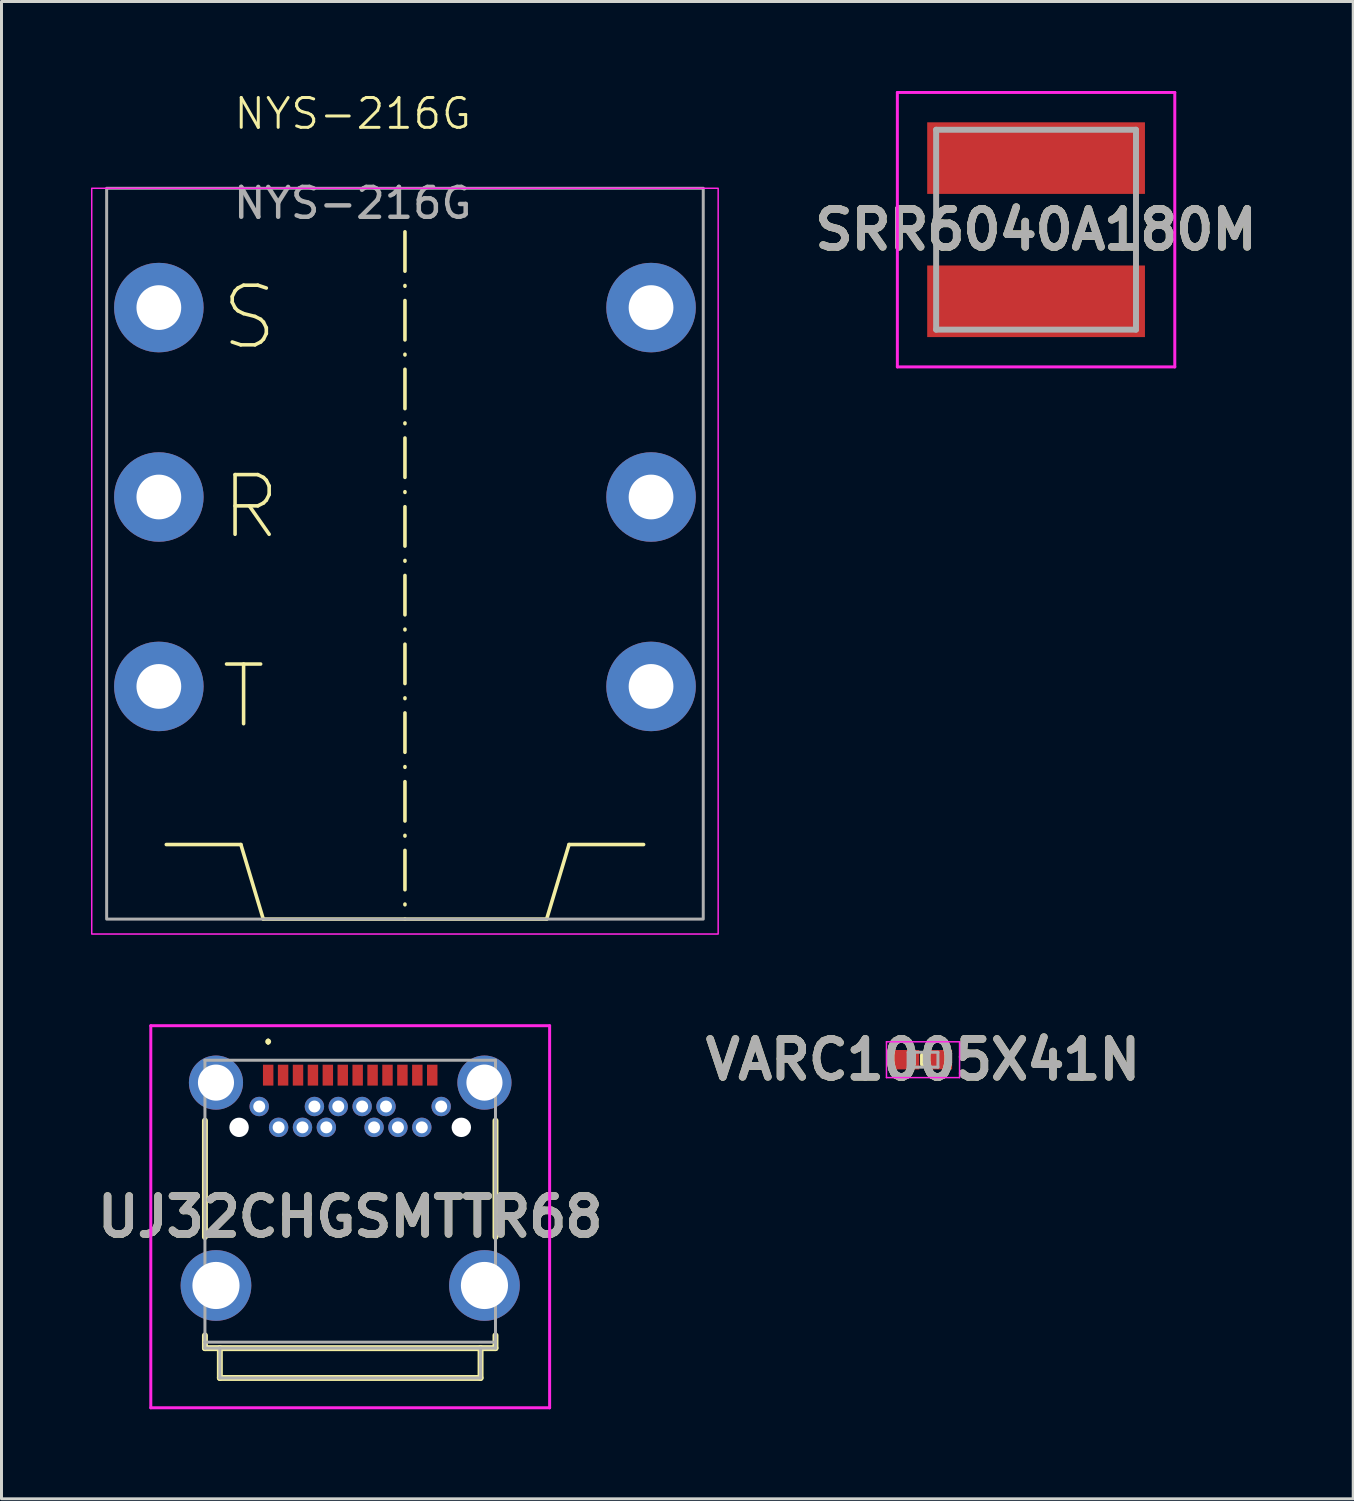
<source format=kicad_pcb>
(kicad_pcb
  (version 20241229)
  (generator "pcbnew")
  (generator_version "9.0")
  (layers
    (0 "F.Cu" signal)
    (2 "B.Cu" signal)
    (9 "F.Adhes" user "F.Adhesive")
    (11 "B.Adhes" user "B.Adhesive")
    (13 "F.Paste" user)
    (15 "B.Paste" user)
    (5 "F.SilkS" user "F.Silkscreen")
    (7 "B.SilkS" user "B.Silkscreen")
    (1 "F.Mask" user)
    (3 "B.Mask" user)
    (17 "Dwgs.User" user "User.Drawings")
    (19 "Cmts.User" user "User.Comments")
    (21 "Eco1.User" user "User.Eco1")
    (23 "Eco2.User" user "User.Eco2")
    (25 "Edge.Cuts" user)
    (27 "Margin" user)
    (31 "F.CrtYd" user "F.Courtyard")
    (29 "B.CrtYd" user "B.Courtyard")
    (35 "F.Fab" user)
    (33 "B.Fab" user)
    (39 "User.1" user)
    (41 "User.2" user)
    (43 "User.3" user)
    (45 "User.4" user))
  (footprint "SRR6040A180M"
    (layer "F.Cu")
    (at 31.682 4.65)
    (property "Reference" "SRR6040A180M" (at 0 0 0) (layer "F.SilkS") (effects (font (size 1.27 1.27) (thickness 0.254))))
    (attr smd)
    (fp_line (start -3.35 -0.8) (end -3.35 0.8) (stroke (width 0.1) (type solid)) (layer "F.SilkS"))
    (fp_line (start 3.35 -0.8) (end 3.35 1) (stroke (width 0.1) (type solid)) (layer "F.SilkS"))
    (fp_line (start -4.65 -4.6) (end 4.65 -4.6) (stroke (width 0.1) (type solid)) (layer "F.CrtYd"))
    (fp_line (start -4.65 4.6) (end -4.65 -4.6) (stroke (width 0.1) (type solid)) (layer "F.CrtYd"))
    (fp_line (start 4.65 -4.6) (end 4.65 4.6) (stroke (width 0.1) (type solid)) (layer "F.CrtYd"))
    (fp_line (start 4.65 4.6) (end -4.65 4.6) (stroke (width 0.1) (type solid)) (layer "F.CrtYd"))
    (fp_line (start -3.35 -3.35) (end 3.35 -3.35) (stroke (width 0.2) (type solid)) (layer "F.Fab"))
    (fp_line (start -3.35 3.35) (end -3.35 -3.35) (stroke (width 0.2) (type solid)) (layer "F.Fab"))
    (fp_line (start 3.35 -3.35) (end 3.35 3.35) (stroke (width 0.2) (type solid)) (layer "F.Fab"))
    (fp_line (start 3.35 3.35) (end -3.35 3.35) (stroke (width 0.2) (type solid)) (layer "F.Fab"))
    (fp_text user "${REFERENCE}" (at 0 0 0) (layer "F.Fab") (effects (font (size 1.27 1.27) (thickness 0.254))))
    (pad "1" smd rect (at 0 -2.4 90) (size 2.4 7.3) (layers "F.Cu" "F.Mask" "F.Paste"))
    (pad "2" smd rect (at 0 2.4 90) (size 2.4 7.3) (layers "F.Cu" "F.Mask" "F.Paste")))
  (footprint "NYS-216G"
    (layer "F.Cu")
    (at 2.275 7.261)
    (property "Reference" "NYS-216G" (at 6.5 -6.5 0) (unlocked yes) (layer "F.SilkS") (effects (font (size 1 1) (thickness 0.1))))
    (attr smd)
    (fp_line (start 0.25 18) (end 2.75 18) (stroke (width 0.12) (type solid)) (layer "F.SilkS"))
    (fp_line (start 2.75 18) (end 3.5 20.5) (stroke (width 0.12) (type solid)) (layer "F.SilkS"))
    (fp_line (start 3.5 20.5) (end 13 20.5) (stroke (width 0.12) (type solid)) (layer "F.SilkS"))
    (fp_line (start 8.25 -2.54) (end 8.25 20.5) (stroke (width 0.12) (type dash_dot)) (layer "F.SilkS"))
    (fp_line (start 13 20.5) (end 13.75 18) (stroke (width 0.12) (type solid)) (layer "F.SilkS"))
    (fp_line (start 13.75 18) (end 16.25 18) (stroke (width 0.12) (type solid)) (layer "F.SilkS"))
    (fp_rect (start -2.25 -4) (end 18.75 21) (stroke (width 0.05) (type solid)) (fill no) (layer "F.CrtYd"))
    (fp_rect (start -1.75 -4) (end 18.25 20.5) (stroke (width 0.1) (type solid)) (fill no) (layer "F.Fab"))
    (fp_text user "T" (at 2 14.2 0) (unlocked yes) (layer "F.SilkS") (effects (font (size 2 2) (thickness 0.12)) (justify left bottom)))
    (fp_text user "R" (at 2 7.85 0) (unlocked yes) (layer "F.SilkS") (effects (font (size 2 2) (thickness 0.12)) (justify left bottom)))
    (fp_text user "S" (at 2 1.5 0) (unlocked yes) (layer "F.SilkS") (effects (font (size 2 2) (thickness 0.12)) (justify left bottom)))
    (fp_text user "${REFERENCE}" (at 6.5 -3.5 0) (unlocked yes) (layer "F.Fab") (effects (font (size 1 1) (thickness 0.15))))
    (pad "R" thru_hole circle (at 0 6.35) (size 3 3) (drill 1.5) (layers "*.Cu" "*.Mask"))
    (pad "RN" thru_hole circle (at 16.5 6.35) (size 3 3) (drill 1.5) (layers "*.Cu" "*.Mask"))
    (pad "S" thru_hole circle (at 0 0) (size 3 3) (drill 1.5) (layers "*.Cu" "*.Mask"))
    (pad "SN" thru_hole circle (at 16.5 0) (size 3 3) (drill 1.5) (layers "*.Cu" "*.Mask"))
    (pad "T" thru_hole circle (at 0 12.7) (size 3 3) (drill 1.5) (layers "*.Cu" "*.Mask"))
    (pad "TN" thru_hole circle (at 16.5 12.7) (size 3 3) (drill 1.5) (layers "*.Cu" "*.Mask")))
  (footprint "VARC1005X41N"
    (layer "F.Cu")
    (at 27.892 32.474)
    (property "Reference" "VARC1005X41N" (at 0 0 0) (layer "F.SilkS") (effects (font (size 1.27 1.27) (thickness 0.254))))
    (attr smd)
    (fp_line (start 0 -0.15) (end 0 0.15) (stroke (width 0.2) (type solid)) (layer "F.SilkS"))
    (fp_line (start -1.225 -0.6) (end 1.225 -0.6) (stroke (width 0.05) (type solid)) (layer "F.CrtYd"))
    (fp_line (start -1.225 0.6) (end -1.225 -0.6) (stroke (width 0.05) (type solid)) (layer "F.CrtYd"))
    (fp_line (start 1.225 -0.6) (end 1.225 0.6) (stroke (width 0.05) (type solid)) (layer "F.CrtYd"))
    (fp_line (start 1.225 0.6) (end -1.225 0.6) (stroke (width 0.05) (type solid)) (layer "F.CrtYd"))
    (fp_line (start -0.5 -0.25) (end 0.5 -0.25) (stroke (width 0.1) (type solid)) (layer "F.Fab"))
    (fp_line (start -0.5 0.25) (end -0.5 -0.25) (stroke (width 0.1) (type solid)) (layer "F.Fab"))
    (fp_line (start 0.5 -0.25) (end 0.5 0.25) (stroke (width 0.1) (type solid)) (layer "F.Fab"))
    (fp_line (start 0.5 0.25) (end -0.5 0.25) (stroke (width 0.1) (type solid)) (layer "F.Fab"))
    (fp_text user "${REFERENCE}" (at 0 0 0) (layer "F.Fab") (effects (font (size 1.27 1.27) (thickness 0.254))))
    (pad "1" smd rect (at -0.55 0 90) (size 0.65 0.85) (layers "F.Cu" "F.Mask" "F.Paste"))
    (pad "2" smd rect (at 0.55 0 90) (size 0.65 0.85) (layers "F.Cu" "F.Mask" "F.Paste")))
  (footprint "UJ32CHGSMTTR68"
    (layer "F.Cu")
    (at 8.69 37.739)
    (property "Reference" "UJ32CHGSMTTR68" (at 0 0 0) (layer "F.SilkS") (effects (font (size 1.27 1.27) (thickness 0.254))))
    (attr through_hole)
    (fp_line (start -4.87 -3.221) (end -4.87 0.678) (stroke (width 0.2) (type solid)) (layer "F.SilkS"))
    (fp_line (start -4.87 3.978) (end -4.87 4.404) (stroke (width 0.2) (type solid)) (layer "F.SilkS"))
    (fp_line (start -4.87 4.404) (end 4.87 4.404) (stroke (width 0.2) (type solid)) (layer "F.SilkS"))
    (fp_line (start -4.37 4.404) (end -4.37 5.404) (stroke (width 0.2) (type solid)) (layer "F.SilkS"))
    (fp_line (start -4.37 5.404) (end 4.37 5.404) (stroke (width 0.2) (type solid)) (layer "F.SilkS"))
    (fp_line (start -2.75 -5.921) (end -2.75 -5.921) (stroke (width 0.1) (type solid)) (layer "F.SilkS"))
    (fp_line (start -2.75 -5.822) (end -2.75 -5.822) (stroke (width 0.1) (type solid)) (layer "F.SilkS"))
    (fp_line (start 4.37 5.404) (end 4.37 4.404) (stroke (width 0.2) (type solid)) (layer "F.SilkS"))
    (fp_line (start 4.87 -3.221) (end 4.87 0.678) (stroke (width 0.2) (type solid)) (layer "F.SilkS"))
    (fp_line (start 4.87 4.404) (end 4.87 3.978) (stroke (width 0.2) (type solid)) (layer "F.SilkS"))
    (fp_arc (start -2.75 -5.921) (mid -2.7005 -5.8715) (end -2.75 -5.822) (stroke (width 0.1) (type solid)) (layer "F.SilkS"))
    (fp_arc (start -2.75 -5.822) (mid -2.7995 -5.8715) (end -2.75 -5.921) (stroke (width 0.1) (type solid)) (layer "F.SilkS"))
    (fp_line (start -6.685 -6.404) (end 6.685 -6.404) (stroke (width 0.1) (type solid)) (layer "F.CrtYd"))
    (fp_line (start -6.685 6.404) (end -6.685 -6.404) (stroke (width 0.1) (type solid)) (layer "F.CrtYd"))
    (fp_line (start 6.685 -6.404) (end 6.685 6.404) (stroke (width 0.1) (type solid)) (layer "F.CrtYd"))
    (fp_line (start 6.685 6.404) (end -6.685 6.404) (stroke (width 0.1) (type solid)) (layer "F.CrtYd"))
    (fp_line (start -4.87 -5.247) (end 4.87 -5.247) (stroke (width 0.1) (type solid)) (layer "F.Fab"))
    (fp_line (start -4.87 4.204) (end -4.87 -5.247) (stroke (width 0.1) (type solid)) (layer "F.Fab"))
    (fp_line (start -4.87 4.204) (end -4.87 4.404) (stroke (width 0.1) (type solid)) (layer "F.Fab"))
    (fp_line (start -4.87 4.404) (end -4.37 4.404) (stroke (width 0.1) (type solid)) (layer "F.Fab"))
    (fp_line (start -4.37 4.404) (end -4.37 5.404) (stroke (width 0.1) (type solid)) (layer "F.Fab"))
    (fp_line (start -4.37 4.404) (end 4.87 4.404) (stroke (width 0.1) (type solid)) (layer "F.Fab"))
    (fp_line (start -4.37 5.404) (end 4.37 5.404) (stroke (width 0.1) (type solid)) (layer "F.Fab"))
    (fp_line (start 4.37 5.404) (end 4.37 4.404) (stroke (width 0.1) (type solid)) (layer "F.Fab"))
    (fp_line (start 4.87 -5.247) (end 4.87 4.204) (stroke (width 0.1) (type solid)) (layer "F.Fab"))
    (fp_line (start 4.87 4.204) (end -4.87 4.204) (stroke (width 0.1) (type solid)) (layer "F.Fab"))
    (fp_line (start 4.87 4.404) (end 4.87 4.204) (stroke (width 0.1) (type solid)) (layer "F.Fab"))
    (fp_text user "${REFERENCE}" (at 0 0 0) (layer "F.Fab") (effects (font (size 1.27 1.27) (thickness 0.254))))
    (pad "" np_thru_hole circle (at -3.725 -2.997) (size 0.65 0.65) (drill 0.65) (layers "*.Cu" "*.Mask"))
    (pad "" np_thru_hole circle (at 3.725 -2.997) (size 0.65 0.65) (drill 0.65) (layers "*.Cu" "*.Mask"))
    (pad "A1" smd rect (at -2.75 -4.747) (size 0.35 0.7) (layers "F.Cu" "F.Mask" "F.Paste"))
    (pad "A2" smd rect (at -2.25 -4.747) (size 0.35 0.7) (layers "F.Cu" "F.Mask" "F.Paste"))
    (pad "A3" smd rect (at -1.75 -4.747) (size 0.35 0.7) (layers "F.Cu" "F.Mask" "F.Paste"))
    (pad "A4" smd rect (at -1.25 -4.747) (size 0.35 0.7) (layers "F.Cu" "F.Mask" "F.Paste"))
    (pad "A5" smd rect (at -0.75 -4.747) (size 0.35 0.7) (layers "F.Cu" "F.Mask" "F.Paste"))
    (pad "A6" smd rect (at -0.25 -4.747) (size 0.35 0.7) (layers "F.Cu" "F.Mask" "F.Paste"))
    (pad "A7" smd rect (at 0.25 -4.747) (size 0.35 0.7) (layers "F.Cu" "F.Mask" "F.Paste"))
    (pad "A8" smd rect (at 0.75 -4.747) (size 0.35 0.7) (layers "F.Cu" "F.Mask" "F.Paste"))
    (pad "A9" smd rect (at 1.25 -4.747) (size 0.35 0.7) (layers "F.Cu" "F.Mask" "F.Paste"))
    (pad "A10" smd rect (at 1.75 -4.747) (size 0.35 0.7) (layers "F.Cu" "F.Mask" "F.Paste"))
    (pad "A11" smd rect (at 2.25 -4.747) (size 0.35 0.7) (layers "F.Cu" "F.Mask" "F.Paste"))
    (pad "A12" smd rect (at 2.75 -4.747) (size 0.35 0.7) (layers "F.Cu" "F.Mask" "F.Paste"))
    (pad "B1" thru_hole circle (at 3.05 -3.696) (size 0.65 0.65) (drill 0.4) (layers "*.Cu" "*.Mask"))
    (pad "B2" thru_hole circle (at 2.4 -2.997) (size 0.65 0.65) (drill 0.4) (layers "*.Cu" "*.Mask"))
    (pad "B3" thru_hole circle (at 1.6 -2.997) (size 0.65 0.65) (drill 0.4) (layers "*.Cu" "*.Mask"))
    (pad "B4" thru_hole circle (at 1.2 -3.696) (size 0.65 0.65) (drill 0.4) (layers "*.Cu" "*.Mask"))
    (pad "B5" thru_hole circle (at 0.8 -2.997) (size 0.65 0.65) (drill 0.4) (layers "*.Cu" "*.Mask"))
    (pad "B6" thru_hole circle (at 0.4 -3.696) (size 0.65 0.65) (drill 0.4) (layers "*.Cu" "*.Mask"))
    (pad "B7" thru_hole circle (at -0.4 -3.696) (size 0.65 0.65) (drill 0.4) (layers "*.Cu" "*.Mask"))
    (pad "B8" thru_hole circle (at -0.8 -2.997) (size 0.65 0.65) (drill 0.4) (layers "*.Cu" "*.Mask"))
    (pad "B9" thru_hole circle (at -1.2 -3.696) (size 0.65 0.65) (drill 0.4) (layers "*.Cu" "*.Mask"))
    (pad "B10" thru_hole circle (at -1.6 -2.997) (size 0.65 0.65) (drill 0.4) (layers "*.Cu" "*.Mask"))
    (pad "B11" thru_hole circle (at -2.4 -2.997) (size 0.65 0.65) (drill 0.4) (layers "*.Cu" "*.Mask"))
    (pad "B12" thru_hole circle (at -3.05 -3.696) (size 0.65 0.65) (drill 0.4) (layers "*.Cu" "*.Mask"))
    (pad "MH3" thru_hole circle (at -4.5 -4.497) (size 1.815 1.815) (drill 1.21) (layers "*.Cu" "*.Mask"))
    (pad "MH4" thru_hole circle (at 4.5 -4.497) (size 1.815 1.815) (drill 1.21) (layers "*.Cu" "*.Mask"))
    (pad "MH5" thru_hole circle (at -4.5 2.304) (size 2.37 2.37) (drill 1.58) (layers "*.Cu" "*.Mask"))
    (pad "MH6" thru_hole circle (at 4.5 2.304) (size 2.37 2.37) (drill 1.58) (layers "*.Cu" "*.Mask")))
  (gr_rect
    (start -3 -3)
    (end 42.314 47.194)
    (stroke (width 0.1) (type default))
    (fill no)
    (layer "Edge.Cuts")))
</source>
